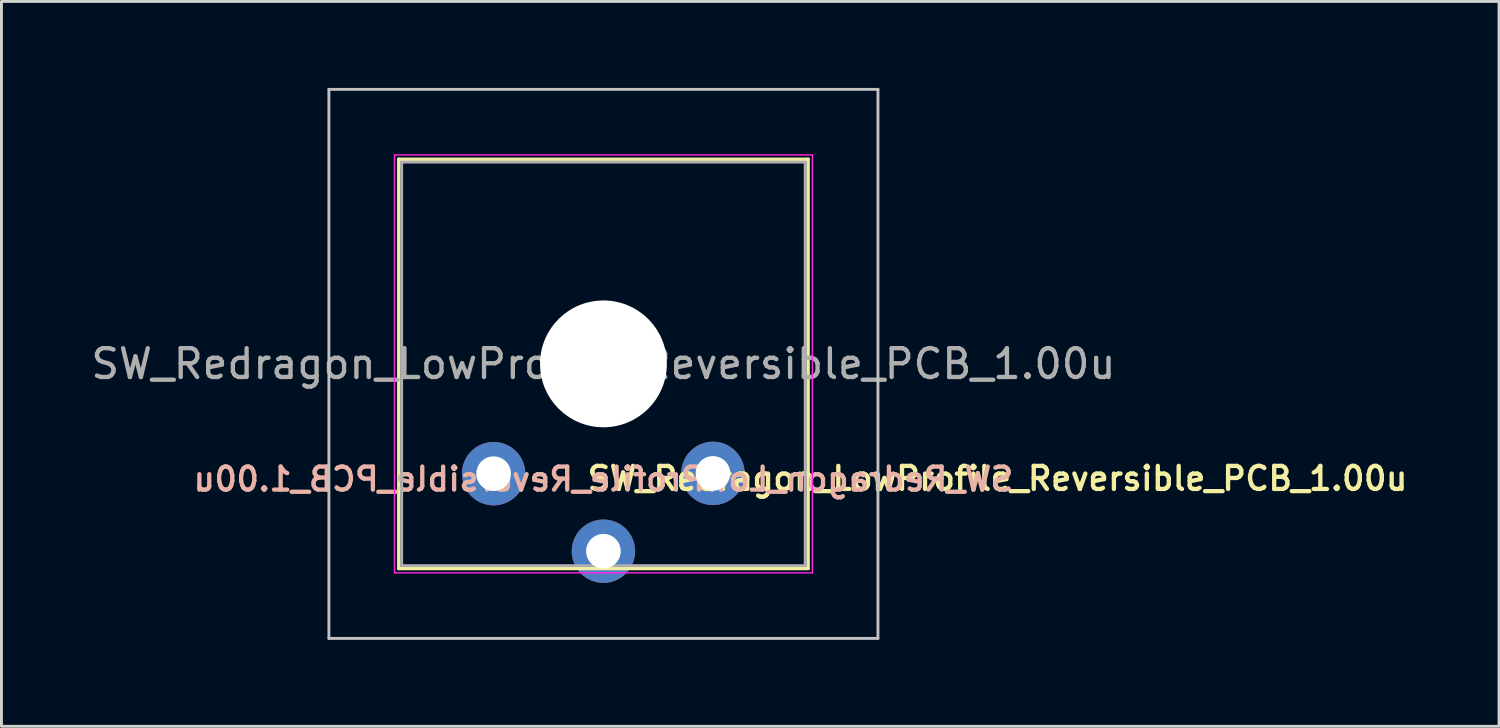
<source format=kicad_pcb>
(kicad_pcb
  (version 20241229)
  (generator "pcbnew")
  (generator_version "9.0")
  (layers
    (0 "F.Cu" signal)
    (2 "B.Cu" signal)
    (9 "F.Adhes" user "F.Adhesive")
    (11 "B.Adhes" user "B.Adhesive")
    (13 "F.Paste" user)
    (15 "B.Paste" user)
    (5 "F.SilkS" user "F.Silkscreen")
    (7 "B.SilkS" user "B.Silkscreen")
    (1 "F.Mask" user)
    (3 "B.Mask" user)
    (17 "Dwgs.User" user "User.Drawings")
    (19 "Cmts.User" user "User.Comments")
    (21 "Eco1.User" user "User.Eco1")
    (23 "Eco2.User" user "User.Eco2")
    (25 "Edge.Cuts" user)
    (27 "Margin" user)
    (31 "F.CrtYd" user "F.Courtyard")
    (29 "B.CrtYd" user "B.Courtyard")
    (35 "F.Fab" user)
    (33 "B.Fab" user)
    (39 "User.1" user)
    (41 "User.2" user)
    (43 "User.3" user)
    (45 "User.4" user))
  (footprint "SW_Redragon_LowProfile_Reversible_PCB_1.00u"
    (layer "F.Cu")
    (at 17.887 9.575)
    (property "Reference" "SW_Redragon_LowProfile_Reversible_PCB_1.00u" (at 0 4 0) (layer "B.SilkS") (effects (font (size 0.8 0.8) (thickness 0.15)) (justify mirror)))
    (attr through_hole)
    (fp_line (start -7.1 -7.1) (end -7.1 7.1) (stroke (width 0.12) (type solid)) (layer "F.SilkS"))
    (fp_line (start -7.1 7.1) (end 7.1 7.1) (stroke (width 0.12) (type solid)) (layer "F.SilkS"))
    (fp_line (start 7.1 -7.1) (end -7.1 -7.1) (stroke (width 0.12) (type solid)) (layer "F.SilkS"))
    (fp_line (start 7.1 7.1) (end 7.1 -7.1) (stroke (width 0.12) (type solid)) (layer "F.SilkS"))
    (fp_line (start -9.525 -9.525) (end -9.525 9.525) (stroke (width 0.1) (type solid)) (layer "Dwgs.User"))
    (fp_line (start -9.525 9.525) (end 9.525 9.525) (stroke (width 0.1) (type solid)) (layer "Dwgs.User"))
    (fp_line (start 9.525 -9.525) (end -9.525 -9.525) (stroke (width 0.1) (type solid)) (layer "Dwgs.User"))
    (fp_line (start 9.525 9.525) (end 9.525 -9.525) (stroke (width 0.1) (type solid)) (layer "Dwgs.User"))
    (fp_line (start -7 -7) (end -7 7) (stroke (width 0.1) (type solid)) (layer "Eco1.User"))
    (fp_line (start -7 7) (end 7 7) (stroke (width 0.1) (type solid)) (layer "Eco1.User"))
    (fp_line (start 7 -7) (end -7 -7) (stroke (width 0.1) (type solid)) (layer "Eco1.User"))
    (fp_line (start 7 7) (end 7 -7) (stroke (width 0.1) (type solid)) (layer "Eco1.User"))
    (fp_line (start -7.25 -7.25) (end -7.25 7.25) (stroke (width 0.05) (type solid)) (layer "F.CrtYd"))
    (fp_line (start -7.25 7.25) (end 7.25 7.25) (stroke (width 0.05) (type solid)) (layer "F.CrtYd"))
    (fp_line (start 7.25 -7.25) (end -7.25 -7.25) (stroke (width 0.05) (type solid)) (layer "F.CrtYd"))
    (fp_line (start 7.25 7.25) (end 7.25 -7.25) (stroke (width 0.05) (type solid)) (layer "F.CrtYd"))
    (fp_line (start -7 -7) (end -7 7) (stroke (width 0.1) (type solid)) (layer "F.Fab"))
    (fp_line (start -7 7) (end 7 7) (stroke (width 0.1) (type solid)) (layer "F.Fab"))
    (fp_line (start 7 -7) (end -7 -7) (stroke (width 0.1) (type solid)) (layer "F.Fab"))
    (fp_line (start 7 7) (end 7 -7) (stroke (width 0.1) (type solid)) (layer "F.Fab"))
    (fp_text user "${REFERENCE}" (at -0.635 4.445 0) (unlocked yes) (layer "F.SilkS") (effects (font (size 0.8 0.8) (thickness 0.15) (bold yes)) (justify left bottom)))
    (fp_text user "${REFERENCE}" (at 0 0 0) (layer "F.Fab") (effects (font (size 1 1) (thickness 0.15))))
    (pad "" np_thru_hole circle (at 0 0) (size 4.4 4.4) (drill 4.4) (layers "*.Cu" "*.Mask"))
    (pad "1" thru_hole circle (at -3.81 3.81) (size 2.2 2.2) (drill 1.2) (layers "*.Cu" "*.Mask"))
    (pad "1" thru_hole circle (at 3.8 3.8) (size 2.2 2.2) (drill 1.2) (layers "*.Cu" "*.Mask"))
    (pad "2" thru_hole circle (at 0 6.5) (size 2.2 2.2) (drill 1.2) (layers "*.Cu" "*.Mask")))
  (gr_rect
    (start -3 -3)
    (end 48.961 22.15)
    (stroke (width 0.1) (type default))
    (fill no)
    (layer "Edge.Cuts")))
</source>
